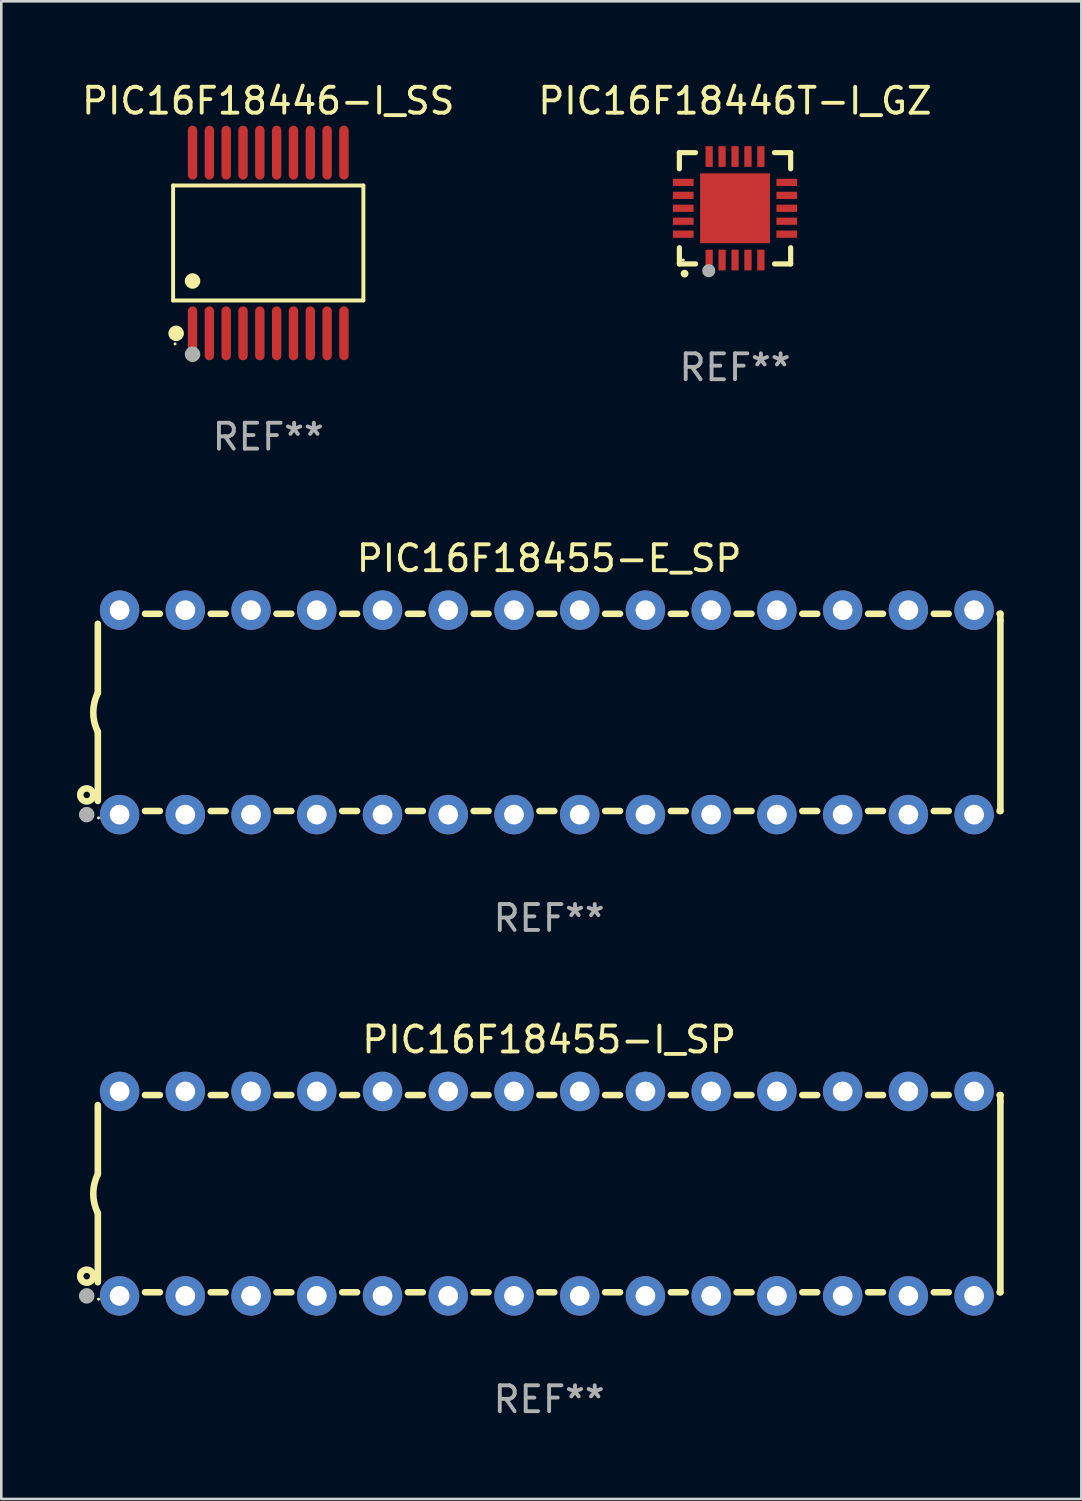
<source format=kicad_pcb>
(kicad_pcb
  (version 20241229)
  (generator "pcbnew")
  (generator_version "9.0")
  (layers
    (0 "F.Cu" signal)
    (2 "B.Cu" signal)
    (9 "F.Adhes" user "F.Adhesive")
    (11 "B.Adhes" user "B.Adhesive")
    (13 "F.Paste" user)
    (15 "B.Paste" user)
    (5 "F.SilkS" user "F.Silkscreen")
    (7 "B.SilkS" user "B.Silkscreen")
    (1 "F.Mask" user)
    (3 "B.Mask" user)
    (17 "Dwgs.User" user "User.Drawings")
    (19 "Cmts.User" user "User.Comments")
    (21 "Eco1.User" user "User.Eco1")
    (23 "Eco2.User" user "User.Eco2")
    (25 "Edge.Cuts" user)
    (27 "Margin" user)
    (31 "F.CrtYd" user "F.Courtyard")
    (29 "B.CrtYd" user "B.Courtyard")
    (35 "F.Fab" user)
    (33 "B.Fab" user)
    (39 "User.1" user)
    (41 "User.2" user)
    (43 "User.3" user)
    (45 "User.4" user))
  (footprint "PIC16F18455-I_SP"
    (layer "F.Cu")
    (at 18.168 43.073)
    (property "Reference" "PIC16F18455-I_SP" (at 0 -5.95 0) (layer "F.SilkS") (effects (font (size 1 1) (thickness 0.15))))
    (attr through_hole)
    (fp_line (start -17.438 0.75) (end -17.438 3.423) (stroke (width 0.254) (type solid)) (layer "F.SilkS"))
    (fp_line (start -17.438 -3.423) (end -17.438 -0.75) (stroke (width 0.254) (type solid)) (layer "F.SilkS"))
    (fp_line (start -15.615 3.81) (end -15.041 3.81) (stroke (width 0.254) (type solid)) (layer "F.SilkS"))
    (fp_line (start -15.041 -3.81) (end -15.614 -3.81) (stroke (width 0.254) (type solid)) (layer "F.SilkS"))
    (fp_line (start -13.075 3.81) (end -12.501 3.81) (stroke (width 0.254) (type solid)) (layer "F.SilkS"))
    (fp_line (start -12.501 -3.81) (end -13.074 -3.81) (stroke (width 0.254) (type solid)) (layer "F.SilkS"))
    (fp_line (start -10.535 3.81) (end -9.961 3.81) (stroke (width 0.254) (type solid)) (layer "F.SilkS"))
    (fp_line (start -9.961 -3.81) (end -10.534 -3.81) (stroke (width 0.254) (type solid)) (layer "F.SilkS"))
    (fp_line (start -7.995 3.81) (end -7.421 3.81) (stroke (width 0.254) (type solid)) (layer "F.SilkS"))
    (fp_line (start -7.421 -3.81) (end -7.995 -3.81) (stroke (width 0.254) (type solid)) (layer "F.SilkS"))
    (fp_line (start -5.455 3.81) (end -4.881 3.81) (stroke (width 0.254) (type solid)) (layer "F.SilkS"))
    (fp_line (start -4.881 -3.81) (end -5.455 -3.81) (stroke (width 0.254) (type solid)) (layer "F.SilkS"))
    (fp_line (start -2.915 3.81) (end -2.341 3.81) (stroke (width 0.254) (type solid)) (layer "F.SilkS"))
    (fp_line (start -2.341 -3.81) (end -2.915 -3.81) (stroke (width 0.254) (type solid)) (layer "F.SilkS"))
    (fp_line (start -0.375 3.81) (end 0.199 3.81) (stroke (width 0.254) (type solid)) (layer "F.SilkS"))
    (fp_line (start 0.199 -3.81) (end -0.375 -3.81) (stroke (width 0.254) (type solid)) (layer "F.SilkS"))
    (fp_line (start 2.165 3.81) (end 2.739 3.81) (stroke (width 0.254) (type solid)) (layer "F.SilkS"))
    (fp_line (start 2.739 -3.81) (end 2.165 -3.81) (stroke (width 0.254) (type solid)) (layer "F.SilkS"))
    (fp_line (start 4.705 3.81) (end 5.279 3.81) (stroke (width 0.254) (type solid)) (layer "F.SilkS"))
    (fp_line (start 5.279 -3.81) (end 4.705 -3.81) (stroke (width 0.254) (type solid)) (layer "F.SilkS"))
    (fp_line (start 7.245 3.81) (end 7.819 3.81) (stroke (width 0.254) (type solid)) (layer "F.SilkS"))
    (fp_line (start 7.819 -3.81) (end 7.245 -3.81) (stroke (width 0.254) (type solid)) (layer "F.SilkS"))
    (fp_line (start 9.785 3.81) (end 10.359 3.81) (stroke (width 0.254) (type solid)) (layer "F.SilkS"))
    (fp_line (start 10.359 -3.81) (end 9.785 -3.81) (stroke (width 0.254) (type solid)) (layer "F.SilkS"))
    (fp_line (start 12.325 3.81) (end 12.899 3.81) (stroke (width 0.254) (type solid)) (layer "F.SilkS"))
    (fp_line (start 12.899 -3.81) (end 12.325 -3.81) (stroke (width 0.254) (type solid)) (layer "F.SilkS"))
    (fp_line (start 14.865 3.81) (end 15.439 3.81) (stroke (width 0.254) (type solid)) (layer "F.SilkS"))
    (fp_line (start 15.439 -3.81) (end 14.865 -3.81) (stroke (width 0.254) (type solid)) (layer "F.SilkS"))
    (fp_line (start 17.405 3.81) (end 17.438 3.81) (stroke (width 0.254) (type solid)) (layer "F.SilkS"))
    (fp_line (start 17.438 -3.81) (end 17.405 -3.81) (stroke (width 0.254) (type solid)) (layer "F.SilkS"))
    (fp_line (start 17.438 -3.556) (end 17.438 -3.81) (stroke (width 0.254) (type solid)) (layer "F.SilkS"))
    (fp_line (start 17.438 3.81) (end 17.438 -3.556) (stroke (width 0.254) (type solid)) (layer "F.SilkS"))
    (fp_arc (start -17.437986 0.749657) (mid -17.614887 -0.000024) (end -17.437783 -0.749657) (stroke (width 0.254001) (type solid)) (layer "F.SilkS"))
    (fp_circle (center -17.868 3.188) (end -17.743 3.188) (stroke (width 0.254) (type solid)) (fill no) (layer "F.SilkS"))
    (fp_circle (center -17.411 4.077) (end -17.381 4.077) (stroke (width 0.06) (type solid)) (fill no) (layer "F.SilkS"))
    (fp_circle (center -17.868 3.95) (end -17.718 3.95) (stroke (width 0.3) (type solid)) (fill no) (layer "F.Fab"))
    (fp_text user "REF**" (at 0 7.95 0) (layer "F.Fab") (effects (font (size 1 1) (thickness 0.15))))
    (pad "1" thru_hole circle (at -16.598 3.95) (size 1.524 1.524) (drill 0.762) (layers "*.Cu" "*.Mask"))
    (pad "2" thru_hole circle (at -14.058 3.95) (size 1.524 1.524) (drill 0.762) (layers "*.Cu" "*.Mask"))
    (pad "3" thru_hole circle (at -11.518 3.95) (size 1.524 1.524) (drill 0.762) (layers "*.Cu" "*.Mask"))
    (pad "4" thru_hole circle (at -8.978 3.95) (size 1.524 1.524) (drill 0.762) (layers "*.Cu" "*.Mask"))
    (pad "5" thru_hole circle (at -6.438 3.95) (size 1.524 1.524) (drill 0.762) (layers "*.Cu" "*.Mask"))
    (pad "6" thru_hole circle (at -3.898 3.95) (size 1.524 1.524) (drill 0.762) (layers "*.Cu" "*.Mask"))
    (pad "7" thru_hole circle (at -1.358 3.95) (size 1.524 1.524) (drill 0.762) (layers "*.Cu" "*.Mask"))
    (pad "8" thru_hole circle (at 1.182 3.95) (size 1.524 1.524) (drill 0.762) (layers "*.Cu" "*.Mask"))
    (pad "9" thru_hole circle (at 3.722 3.95) (size 1.524 1.524) (drill 0.762) (layers "*.Cu" "*.Mask"))
    (pad "10" thru_hole circle (at 6.262 3.95) (size 1.524 1.524) (drill 0.762) (layers "*.Cu" "*.Mask"))
    (pad "11" thru_hole circle (at 8.802 3.95) (size 1.524 1.524) (drill 0.762) (layers "*.Cu" "*.Mask"))
    (pad "12" thru_hole circle (at 11.342 3.95) (size 1.524 1.524) (drill 0.762) (layers "*.Cu" "*.Mask"))
    (pad "13" thru_hole circle (at 13.882 3.95) (size 1.524 1.524) (drill 0.762) (layers "*.Cu" "*.Mask"))
    (pad "14" thru_hole circle (at 16.422 3.95) (size 1.524 1.524) (drill 0.762) (layers "*.Cu" "*.Mask"))
    (pad "15" thru_hole circle (at 16.422 -3.95) (size 1.524 1.524) (drill 0.762) (layers "*.Cu" "*.Mask"))
    (pad "16" thru_hole circle (at 13.882 -3.95) (size 1.524 1.524) (drill 0.762) (layers "*.Cu" "*.Mask"))
    (pad "17" thru_hole circle (at 11.342 -3.95) (size 1.524 1.524) (drill 0.762) (layers "*.Cu" "*.Mask"))
    (pad "18" thru_hole circle (at 8.802 -3.95) (size 1.524 1.524) (drill 0.762) (layers "*.Cu" "*.Mask"))
    (pad "19" thru_hole circle (at 6.262 -3.95) (size 1.524 1.524) (drill 0.762) (layers "*.Cu" "*.Mask"))
    (pad "20" thru_hole circle (at 3.722 -3.95) (size 1.524 1.524) (drill 0.762) (layers "*.Cu" "*.Mask"))
    (pad "21" thru_hole circle (at 1.182 -3.95) (size 1.524 1.524) (drill 0.762) (layers "*.Cu" "*.Mask"))
    (pad "22" thru_hole circle (at -1.358 -3.95) (size 1.524 1.524) (drill 0.762) (layers "*.Cu" "*.Mask"))
    (pad "23" thru_hole circle (at -3.898 -3.95) (size 1.524 1.524) (drill 0.762) (layers "*.Cu" "*.Mask"))
    (pad "24" thru_hole circle (at -6.438 -3.95) (size 1.524 1.524) (drill 0.762) (layers "*.Cu" "*.Mask"))
    (pad "25" thru_hole circle (at -8.978 -3.95) (size 1.524 1.524) (drill 0.762) (layers "*.Cu" "*.Mask"))
    (pad "26" thru_hole circle (at -11.517 -3.95) (size 1.524 1.524) (drill 0.762) (layers "*.Cu" "*.Mask"))
    (pad "27" thru_hole circle (at -14.057 -3.95) (size 1.524 1.524) (drill 0.762) (layers "*.Cu" "*.Mask"))
    (pad "28" thru_hole circle (at -16.597 -3.95) (size 1.524 1.524) (drill 0.762) (layers "*.Cu" "*.Mask")))
  (footprint "PIC16F18446T-I_GZ"
    (layer "F.Cu")
    (at 25.351 4.998)
    (property "Reference" "PIC16F18446T-I_GZ" (at 0 -4.15 0) (layer "F.SilkS") (effects (font (size 1 1) (thickness 0.15))))
    (attr through_hole)
    (fp_line (start -2.15 -2.15) (end -2.15 -1.525) (stroke (width 0.2) (type solid)) (layer "F.SilkS"))
    (fp_line (start -2.15 2.15) (end -2.15 1.525) (stroke (width 0.2) (type solid)) (layer "F.SilkS"))
    (fp_line (start -1.525 -2.15) (end -2.15 -2.15) (stroke (width 0.2) (type solid)) (layer "F.SilkS"))
    (fp_line (start -1.525 2.15) (end -2.15 2.15) (stroke (width 0.2) (type solid)) (layer "F.SilkS"))
    (fp_line (start 1.525 2.15) (end 2.15 2.15) (stroke (width 0.2) (type solid)) (layer "F.SilkS"))
    (fp_line (start 2.15 -2.15) (end 1.525 -2.15) (stroke (width 0.2) (type solid)) (layer "F.SilkS"))
    (fp_line (start 2.15 -1.525) (end 2.15 -2.15) (stroke (width 0.2) (type solid)) (layer "F.SilkS"))
    (fp_line (start 2.15 2.15) (end 2.15 1.525) (stroke (width 0.2) (type solid)) (layer "F.SilkS"))
    (fp_arc (start -1.950724 2.524765) (mid -1.949454 2.52476) (end -1.948184 2.524765) (stroke (width 0.3) (type solid)) (layer "F.SilkS"))
    (fp_circle (center -2 2) (end -1.97 2) (stroke (width 0.06) (type solid)) (fill no) (layer "F.SilkS"))
    (fp_circle (center -1.016 2.413) (end -0.889 2.413) (stroke (width 0.254) (type solid)) (fill no) (layer "F.Fab"))
    (fp_text user "REF**" (at 0 6.15 0) (layer "F.Fab") (effects (font (size 1 1) (thickness 0.15))))
    (pad "1" smd rect (at -1 2 180) (size 0.28 0.8) (layers "F.Cu" "F.Mask" "F.Paste"))
    (pad "2" smd rect (at -0.5 2 180) (size 0.28 0.8) (layers "F.Cu" "F.Mask" "F.Paste"))
    (pad "3" smd rect (at 0 2 180) (size 0.28 0.8) (layers "F.Cu" "F.Mask" "F.Paste"))
    (pad "4" smd rect (at 0.5 2 180) (size 0.28 0.8) (layers "F.Cu" "F.Mask" "F.Paste"))
    (pad "5" smd rect (at 1 2 180) (size 0.28 0.8) (layers "F.Cu" "F.Mask" "F.Paste"))
    (pad "6" smd rect (at 2 1 90) (size 0.28 0.8) (layers "F.Cu" "F.Mask" "F.Paste"))
    (pad "7" smd rect (at 2 0.5 90) (size 0.28 0.8) (layers "F.Cu" "F.Mask" "F.Paste"))
    (pad "8" smd rect (at 2 0 90) (size 0.28 0.8) (layers "F.Cu" "F.Mask" "F.Paste"))
    (pad "9" smd rect (at 2 -0.5 90) (size 0.28 0.8) (layers "F.Cu" "F.Mask" "F.Paste"))
    (pad "10" smd rect (at 2 -1 90) (size 0.28 0.8) (layers "F.Cu" "F.Mask" "F.Paste"))
    (pad "11" smd rect (at 1 -2 180) (size 0.28 0.8) (layers "F.Cu" "F.Mask" "F.Paste"))
    (pad "12" smd rect (at 0.5 -2 180) (size 0.28 0.8) (layers "F.Cu" "F.Mask" "F.Paste"))
    (pad "13" smd rect (at 0 -2 180) (size 0.28 0.8) (layers "F.Cu" "F.Mask" "F.Paste"))
    (pad "14" smd rect (at -0.5 -2 180) (size 0.28 0.8) (layers "F.Cu" "F.Mask" "F.Paste"))
    (pad "15" smd rect (at -1 -2 180) (size 0.28 0.8) (layers "F.Cu" "F.Mask" "F.Paste"))
    (pad "16" smd rect (at -2 -1 90) (size 0.28 0.8) (layers "F.Cu" "F.Mask" "F.Paste"))
    (pad "17" smd rect (at -2 -0.5 90) (size 0.28 0.8) (layers "F.Cu" "F.Mask" "F.Paste"))
    (pad "18" smd rect (at -2 0 90) (size 0.28 0.8) (layers "F.Cu" "F.Mask" "F.Paste"))
    (pad "19" smd rect (at -2 0.5 90) (size 0.28 0.8) (layers "F.Cu" "F.Mask" "F.Paste"))
    (pad "20" smd rect (at -2 1 90) (size 0.28 0.8) (layers "F.Cu" "F.Mask" "F.Paste"))
    (pad "21" smd rect (at 0 0 90) (size 2.7 2.7) (layers "F.Cu" "F.Mask" "F.Paste")))
  (footprint "PIC16F18455-E_SP"
    (layer "F.Cu")
    (at 18.168 24.477)
    (property "Reference" "PIC16F18455-E_SP" (at 0 -5.95 0) (layer "F.SilkS") (effects (font (size 1 1) (thickness 0.15))))
    (attr through_hole)
    (fp_line (start -17.438 0.75) (end -17.438 3.423) (stroke (width 0.254) (type solid)) (layer "F.SilkS"))
    (fp_line (start -17.438 -3.423) (end -17.438 -0.75) (stroke (width 0.254) (type solid)) (layer "F.SilkS"))
    (fp_line (start -15.615 3.81) (end -15.041 3.81) (stroke (width 0.254) (type solid)) (layer "F.SilkS"))
    (fp_line (start -15.041 -3.81) (end -15.614 -3.81) (stroke (width 0.254) (type solid)) (layer "F.SilkS"))
    (fp_line (start -13.075 3.81) (end -12.501 3.81) (stroke (width 0.254) (type solid)) (layer "F.SilkS"))
    (fp_line (start -12.501 -3.81) (end -13.074 -3.81) (stroke (width 0.254) (type solid)) (layer "F.SilkS"))
    (fp_line (start -10.535 3.81) (end -9.961 3.81) (stroke (width 0.254) (type solid)) (layer "F.SilkS"))
    (fp_line (start -9.961 -3.81) (end -10.534 -3.81) (stroke (width 0.254) (type solid)) (layer "F.SilkS"))
    (fp_line (start -7.995 3.81) (end -7.421 3.81) (stroke (width 0.254) (type solid)) (layer "F.SilkS"))
    (fp_line (start -7.421 -3.81) (end -7.995 -3.81) (stroke (width 0.254) (type solid)) (layer "F.SilkS"))
    (fp_line (start -5.455 3.81) (end -4.881 3.81) (stroke (width 0.254) (type solid)) (layer "F.SilkS"))
    (fp_line (start -4.881 -3.81) (end -5.455 -3.81) (stroke (width 0.254) (type solid)) (layer "F.SilkS"))
    (fp_line (start -2.915 3.81) (end -2.341 3.81) (stroke (width 0.254) (type solid)) (layer "F.SilkS"))
    (fp_line (start -2.341 -3.81) (end -2.915 -3.81) (stroke (width 0.254) (type solid)) (layer "F.SilkS"))
    (fp_line (start -0.375 3.81) (end 0.199 3.81) (stroke (width 0.254) (type solid)) (layer "F.SilkS"))
    (fp_line (start 0.199 -3.81) (end -0.375 -3.81) (stroke (width 0.254) (type solid)) (layer "F.SilkS"))
    (fp_line (start 2.165 3.81) (end 2.739 3.81) (stroke (width 0.254) (type solid)) (layer "F.SilkS"))
    (fp_line (start 2.739 -3.81) (end 2.165 -3.81) (stroke (width 0.254) (type solid)) (layer "F.SilkS"))
    (fp_line (start 4.705 3.81) (end 5.279 3.81) (stroke (width 0.254) (type solid)) (layer "F.SilkS"))
    (fp_line (start 5.279 -3.81) (end 4.705 -3.81) (stroke (width 0.254) (type solid)) (layer "F.SilkS"))
    (fp_line (start 7.245 3.81) (end 7.819 3.81) (stroke (width 0.254) (type solid)) (layer "F.SilkS"))
    (fp_line (start 7.819 -3.81) (end 7.245 -3.81) (stroke (width 0.254) (type solid)) (layer "F.SilkS"))
    (fp_line (start 9.785 3.81) (end 10.359 3.81) (stroke (width 0.254) (type solid)) (layer "F.SilkS"))
    (fp_line (start 10.359 -3.81) (end 9.785 -3.81) (stroke (width 0.254) (type solid)) (layer "F.SilkS"))
    (fp_line (start 12.325 3.81) (end 12.899 3.81) (stroke (width 0.254) (type solid)) (layer "F.SilkS"))
    (fp_line (start 12.899 -3.81) (end 12.325 -3.81) (stroke (width 0.254) (type solid)) (layer "F.SilkS"))
    (fp_line (start 14.865 3.81) (end 15.439 3.81) (stroke (width 0.254) (type solid)) (layer "F.SilkS"))
    (fp_line (start 15.439 -3.81) (end 14.865 -3.81) (stroke (width 0.254) (type solid)) (layer "F.SilkS"))
    (fp_line (start 17.405 3.81) (end 17.438 3.81) (stroke (width 0.254) (type solid)) (layer "F.SilkS"))
    (fp_line (start 17.438 -3.81) (end 17.405 -3.81) (stroke (width 0.254) (type solid)) (layer "F.SilkS"))
    (fp_line (start 17.438 -3.556) (end 17.438 -3.81) (stroke (width 0.254) (type solid)) (layer "F.SilkS"))
    (fp_line (start 17.438 3.81) (end 17.438 -3.556) (stroke (width 0.254) (type solid)) (layer "F.SilkS"))
    (fp_arc (start -17.437986 0.749657) (mid -17.614887 -0.000024) (end -17.437783 -0.749657) (stroke (width 0.254001) (type solid)) (layer "F.SilkS"))
    (fp_circle (center -17.868 3.188) (end -17.743 3.188) (stroke (width 0.254) (type solid)) (fill no) (layer "F.SilkS"))
    (fp_circle (center -17.411 4.077) (end -17.381 4.077) (stroke (width 0.06) (type solid)) (fill no) (layer "F.SilkS"))
    (fp_circle (center -17.868 3.95) (end -17.718 3.95) (stroke (width 0.3) (type solid)) (fill no) (layer "F.Fab"))
    (fp_text user "REF**" (at 0 7.95 0) (layer "F.Fab") (effects (font (size 1 1) (thickness 0.15))))
    (pad "1" thru_hole circle (at -16.598 3.95) (size 1.524 1.524) (drill 0.762) (layers "*.Cu" "*.Mask"))
    (pad "2" thru_hole circle (at -14.058 3.95) (size 1.524 1.524) (drill 0.762) (layers "*.Cu" "*.Mask"))
    (pad "3" thru_hole circle (at -11.518 3.95) (size 1.524 1.524) (drill 0.762) (layers "*.Cu" "*.Mask"))
    (pad "4" thru_hole circle (at -8.978 3.95) (size 1.524 1.524) (drill 0.762) (layers "*.Cu" "*.Mask"))
    (pad "5" thru_hole circle (at -6.438 3.95) (size 1.524 1.524) (drill 0.762) (layers "*.Cu" "*.Mask"))
    (pad "6" thru_hole circle (at -3.898 3.95) (size 1.524 1.524) (drill 0.762) (layers "*.Cu" "*.Mask"))
    (pad "7" thru_hole circle (at -1.358 3.95) (size 1.524 1.524) (drill 0.762) (layers "*.Cu" "*.Mask"))
    (pad "8" thru_hole circle (at 1.182 3.95) (size 1.524 1.524) (drill 0.762) (layers "*.Cu" "*.Mask"))
    (pad "9" thru_hole circle (at 3.722 3.95) (size 1.524 1.524) (drill 0.762) (layers "*.Cu" "*.Mask"))
    (pad "10" thru_hole circle (at 6.262 3.95) (size 1.524 1.524) (drill 0.762) (layers "*.Cu" "*.Mask"))
    (pad "11" thru_hole circle (at 8.802 3.95) (size 1.524 1.524) (drill 0.762) (layers "*.Cu" "*.Mask"))
    (pad "12" thru_hole circle (at 11.342 3.95) (size 1.524 1.524) (drill 0.762) (layers "*.Cu" "*.Mask"))
    (pad "13" thru_hole circle (at 13.882 3.95) (size 1.524 1.524) (drill 0.762) (layers "*.Cu" "*.Mask"))
    (pad "14" thru_hole circle (at 16.422 3.95) (size 1.524 1.524) (drill 0.762) (layers "*.Cu" "*.Mask"))
    (pad "15" thru_hole circle (at 16.422 -3.95) (size 1.524 1.524) (drill 0.762) (layers "*.Cu" "*.Mask"))
    (pad "16" thru_hole circle (at 13.882 -3.95) (size 1.524 1.524) (drill 0.762) (layers "*.Cu" "*.Mask"))
    (pad "17" thru_hole circle (at 11.342 -3.95) (size 1.524 1.524) (drill 0.762) (layers "*.Cu" "*.Mask"))
    (pad "18" thru_hole circle (at 8.802 -3.95) (size 1.524 1.524) (drill 0.762) (layers "*.Cu" "*.Mask"))
    (pad "19" thru_hole circle (at 6.262 -3.95) (size 1.524 1.524) (drill 0.762) (layers "*.Cu" "*.Mask"))
    (pad "20" thru_hole circle (at 3.722 -3.95) (size 1.524 1.524) (drill 0.762) (layers "*.Cu" "*.Mask"))
    (pad "21" thru_hole circle (at 1.182 -3.95) (size 1.524 1.524) (drill 0.762) (layers "*.Cu" "*.Mask"))
    (pad "22" thru_hole circle (at -1.358 -3.95) (size 1.524 1.524) (drill 0.762) (layers "*.Cu" "*.Mask"))
    (pad "23" thru_hole circle (at -3.898 -3.95) (size 1.524 1.524) (drill 0.762) (layers "*.Cu" "*.Mask"))
    (pad "24" thru_hole circle (at -6.438 -3.95) (size 1.524 1.524) (drill 0.762) (layers "*.Cu" "*.Mask"))
    (pad "25" thru_hole circle (at -8.978 -3.95) (size 1.524 1.524) (drill 0.762) (layers "*.Cu" "*.Mask"))
    (pad "26" thru_hole circle (at -11.517 -3.95) (size 1.524 1.524) (drill 0.762) (layers "*.Cu" "*.Mask"))
    (pad "27" thru_hole circle (at -14.057 -3.95) (size 1.524 1.524) (drill 0.762) (layers "*.Cu" "*.Mask"))
    (pad "28" thru_hole circle (at -16.597 -3.95) (size 1.524 1.524) (drill 0.762) (layers "*.Cu" "*.Mask")))
  (footprint "PIC16F18446-I_SS"
    (layer "F.Cu")
    (at 7.315 6.339)
    (property "Reference" "PIC16F18446-I_SS" (at 0 -5.491 0) (layer "F.SilkS") (effects (font (size 1 1) (thickness 0.15))))
    (attr through_hole)
    (fp_line (start -3.676 -2.221) (end 3.676 -2.221) (stroke (width 0.152) (type solid)) (layer "F.SilkS"))
    (fp_line (start -3.676 2.221) (end -3.676 -2.221) (stroke (width 0.152) (type solid)) (layer "F.SilkS"))
    (fp_line (start 3.676 -2.221) (end 3.676 2.221) (stroke (width 0.152) (type solid)) (layer "F.SilkS"))
    (fp_line (start 3.676 2.221) (end -3.676 2.221) (stroke (width 0.152) (type solid)) (layer "F.SilkS"))
    (fp_circle (center -3.6 3.9) (end -3.57 3.9) (stroke (width 0.06) (type solid)) (fill no) (layer "F.SilkS"))
    (fp_circle (center -3.559 3.491) (end -3.409 3.491) (stroke (width 0.3) (type solid)) (fill no) (layer "F.SilkS"))
    (fp_circle (center -2.925 1.469) (end -2.775 1.469) (stroke (width 0.3) (type solid)) (fill no) (layer "F.SilkS"))
    (fp_circle (center -2.925 4.3) (end -2.775 4.3) (stroke (width 0.3) (type solid)) (fill no) (layer "F.Fab"))
    (fp_text user "REF**" (at 0 7.491 0) (layer "F.Fab") (effects (font (size 1 1) (thickness 0.15))))
    (pad "1" smd oval (at -2.925 3.491) (size 0.364 2.082) (layers "F.Cu" "F.Mask" "F.Paste"))
    (pad "2" smd oval (at -2.275 3.491) (size 0.364 2.082) (layers "F.Cu" "F.Mask" "F.Paste"))
    (pad "3" smd oval (at -1.625 3.491) (size 0.364 2.082) (layers "F.Cu" "F.Mask" "F.Paste"))
    (pad "4" smd oval (at -0.975 3.491) (size 0.364 2.082) (layers "F.Cu" "F.Mask" "F.Paste"))
    (pad "5" smd oval (at -0.325 3.491) (size 0.364 2.082) (layers "F.Cu" "F.Mask" "F.Paste"))
    (pad "6" smd oval (at 0.325 3.491) (size 0.364 2.082) (layers "F.Cu" "F.Mask" "F.Paste"))
    (pad "7" smd oval (at 0.975 3.491) (size 0.364 2.082) (layers "F.Cu" "F.Mask" "F.Paste"))
    (pad "8" smd oval (at 1.625 3.491) (size 0.364 2.082) (layers "F.Cu" "F.Mask" "F.Paste"))
    (pad "9" smd oval (at 2.275 3.491) (size 0.364 2.082) (layers "F.Cu" "F.Mask" "F.Paste"))
    (pad "10" smd oval (at 2.925 3.491) (size 0.364 2.082) (layers "F.Cu" "F.Mask" "F.Paste"))
    (pad "11" smd oval (at 2.925 -3.491) (size 0.364 2.082) (layers "F.Cu" "F.Mask" "F.Paste"))
    (pad "12" smd oval (at 2.275 -3.491) (size 0.364 2.082) (layers "F.Cu" "F.Mask" "F.Paste"))
    (pad "13" smd oval (at 1.625 -3.491) (size 0.364 2.082) (layers "F.Cu" "F.Mask" "F.Paste"))
    (pad "14" smd oval (at 0.975 -3.491) (size 0.364 2.082) (layers "F.Cu" "F.Mask" "F.Paste"))
    (pad "15" smd oval (at 0.325 -3.491) (size 0.364 2.082) (layers "F.Cu" "F.Mask" "F.Paste"))
    (pad "16" smd oval (at -0.325 -3.491) (size 0.364 2.082) (layers "F.Cu" "F.Mask" "F.Paste"))
    (pad "17" smd oval (at -0.975 -3.491) (size 0.364 2.082) (layers "F.Cu" "F.Mask" "F.Paste"))
    (pad "18" smd oval (at -1.625 -3.491) (size 0.364 2.082) (layers "F.Cu" "F.Mask" "F.Paste"))
    (pad "19" smd oval (at -2.275 -3.491) (size 0.364 2.082) (layers "F.Cu" "F.Mask" "F.Paste"))
    (pad "20" smd oval (at -2.925 -3.491) (size 0.364 2.082) (layers "F.Cu" "F.Mask" "F.Paste")))
  (gr_rect
    (start -3 -3)
    (end 38.733 54.871)
    (stroke (width 0.1) (type default))
    (fill no)
    (layer "Edge.Cuts")))
</source>
